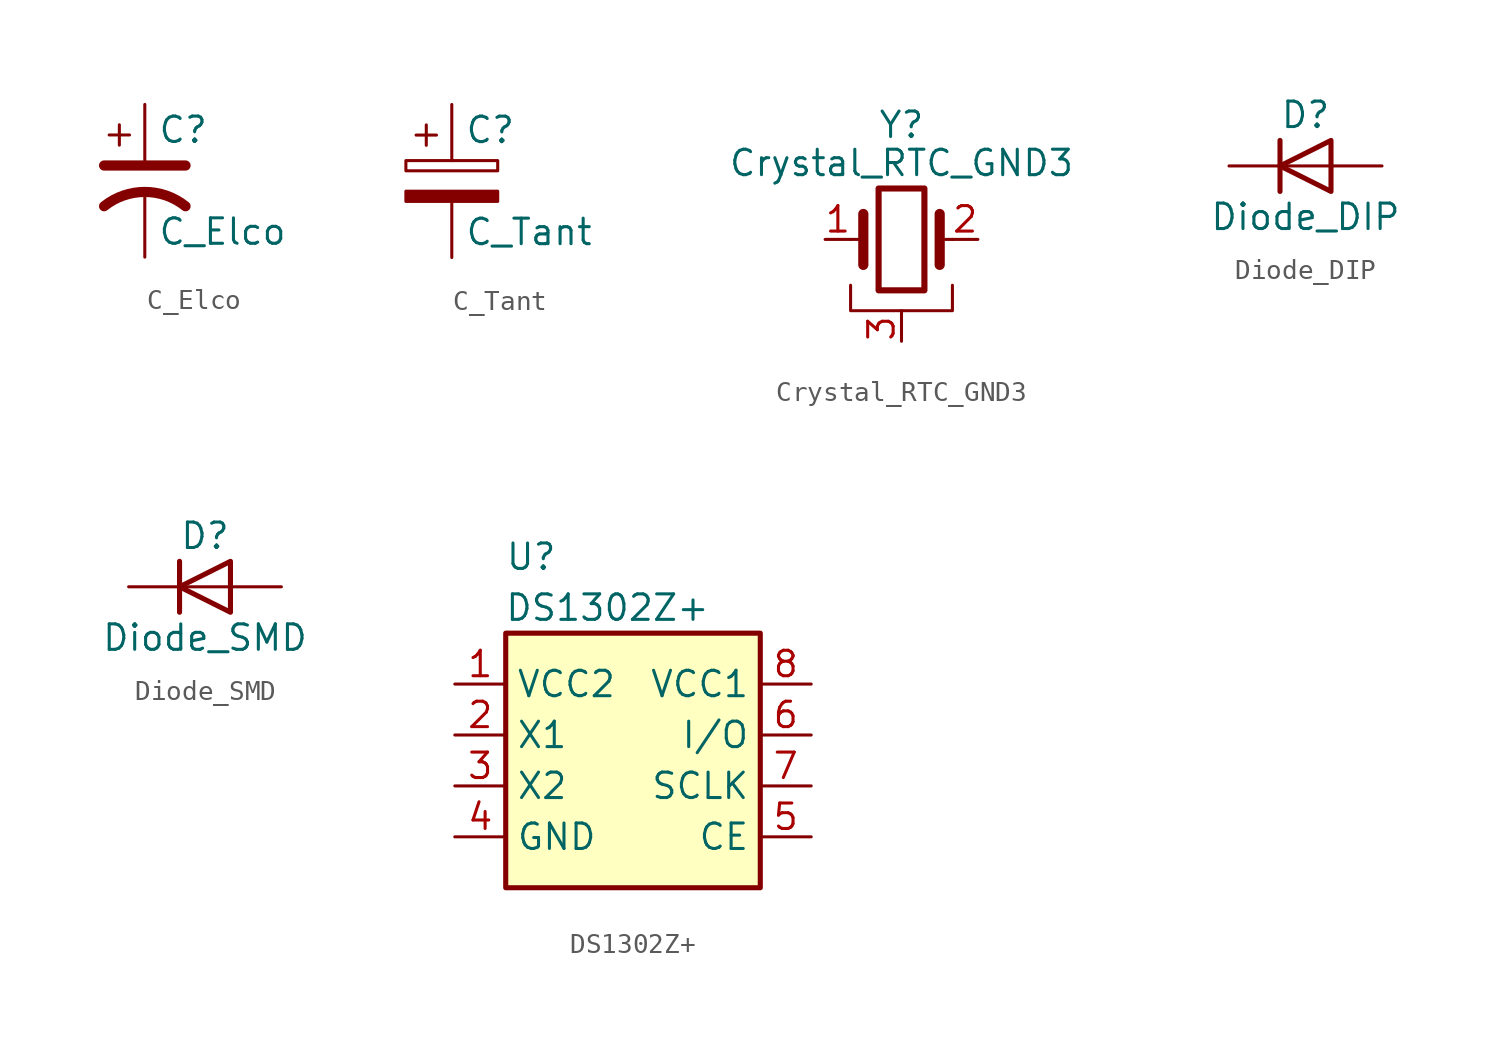
<source format=kicad_sym>
(kicad_symbol_lib
  (version 20211014)
  (generator kicad_symbol_editor)
  (symbol "C_Elco"
    (pin_numbers hide)
    (pin_names
      (offset 0.254) hide)
    (property "Reference" "C"
      (at 0.635 2.54 0)
      (effects (font (size 1.27 1.27)) (justify left)))
    (property "Value" "C_Elco"
      (at 0.635 -2.54 0)
      (effects (font (size 1.27 1.27)) (justify left)))
    (symbol "C_Elco_0_1"
      (polyline (pts (xy -2.032 0.762) (xy 2.032 0.762)) (stroke (width 0.508) (type default) (color 0 0 0 0)) (fill (type none)))
      (polyline (pts (xy -1.778 2.286) (xy -0.762 2.286)) (stroke (width 0) (type default) (color 0 0 0 0)) (fill (type none)))
      (polyline (pts (xy -1.27 1.778) (xy -1.27 2.794)) (stroke (width 0) (type default) (color 0 0 0 0)) (fill (type none)))
      (arc (start 2.032 -1.27) (mid 0 -0.5572) (end -2.032 -1.27) (stroke (width 0.508) (type default) (color 0 0 0 0)) (fill (type none))))
    (symbol "C_Elco_1_1"
      (pin passive line (at 0 3.81 270) (length 2.794) (name "~" (effects (font (size 1.27 1.27)))) (number "1" (effects (font (size 1.27 1.27)))))
      (pin passive line (at 0 -3.81 90) (length 3.302) (name "~" (effects (font (size 1.27 1.27)))) (number "2" (effects (font (size 1.27 1.27)))))))
  (symbol "C_Tant"
    (pin_numbers hide)
    (pin_names
      (offset 0.254))
    (property "Reference" "C"
      (at 0.635 2.54 0)
      (effects (font (size 1.27 1.27)) (justify left)))
    (property "Value" "C_Tant"
      (at 0.635 -2.54 0)
      (effects (font (size 1.27 1.27)) (justify left)))
    (symbol "C_Tant_0_1"
      (rectangle (start -2.286 0.508) (end 2.286 1.016) (stroke (width 0) (type default) (color 0 0 0 0)) (fill (type none)))
      (polyline (pts (xy -1.778 2.286) (xy -0.762 2.286)) (stroke (width 0) (type default) (color 0 0 0 0)) (fill (type none)))
      (polyline (pts (xy -1.27 2.794) (xy -1.27 1.778)) (stroke (width 0) (type default) (color 0 0 0 0)) (fill (type none)))
      (rectangle (start 2.286 -0.508) (end -2.286 -1.016) (stroke (width 0) (type default) (color 0 0 0 0)) (fill (type outline))))
    (symbol "C_Tant_1_1"
      (pin passive line (at 0 3.81 270) (length 2.794) (name "~" (effects (font (size 1.27 1.27)))) (number "1" (effects (font (size 1.27 1.27)))))
      (pin passive line (at 0 -3.81 90) (length 2.794) (name "~" (effects (font (size 1.27 1.27)))) (number "2" (effects (font (size 1.27 1.27)))))))
  (symbol "Crystal_RTC_GND3"
    (pin_names
      (offset 1.016) hide)
    (property "Reference" "Y"
      (at 0 5.715 0)
      (effects (font (size 1.27 1.27))))
    (property "Value" "Crystal_RTC_GND3"
      (at 0 3.81 0)
      (effects (font (size 1.27 1.27))))
    (symbol "Crystal_RTC_GND3_0_1"
      (rectangle (start -1.143 2.54) (end 1.143 -2.54) (stroke (width 0.305) (type default) (color 0 0 0 0)) (fill (type none)))
      (polyline (pts (xy -2.54 0) (xy -1.905 0)) (stroke (width 0) (type default) (color 0 0 0 0)) (fill (type none)))
      (polyline (pts (xy -1.905 -1.27) (xy -1.905 1.27)) (stroke (width 0.508) (type default) (color 0 0 0 0)) (fill (type none)))
      (polyline (pts (xy 0 -3.81) (xy 0 -3.556)) (stroke (width 0) (type default) (color 0 0 0 0)) (fill (type none)))
      (polyline (pts (xy 1.905 0) (xy 2.54 0)) (stroke (width 0) (type default) (color 0 0 0 0)) (fill (type none)))
      (polyline (pts (xy 1.905 1.27) (xy 1.905 -1.27)) (stroke (width 0.508) (type default) (color 0 0 0 0)) (fill (type none)))
      (polyline (pts (xy -2.54 -2.286) (xy -2.54 -3.556) (xy 2.54 -3.556) (xy 2.54 -2.286)) (stroke (width 0) (type default) (color 0 0 0 0)) (fill (type none))))
    (symbol "Crystal_RTC_GND3_1_1"
      (pin passive line (at -3.81 0 0) (length 1.27) (name "1" (effects (font (size 1.27 1.27)))) (number "1" (effects (font (size 1.27 1.27)))))
      (pin passive line (at 3.81 0 180) (length 1.27) (name "2" (effects (font (size 1.27 1.27)))) (number "2" (effects (font (size 1.27 1.27)))))
      (pin passive line (at 0 -5.08 90) (length 1.27) (name "3" (effects (font (size 1.27 1.27)))) (number "3" (effects (font (size 1.27 1.27)))))))
  (symbol "Diode_DIP"
    (pin_numbers hide)
    (pin_names
      (offset 1.016) hide)
    (property "Reference" "D"
      (at 0 2.54 0)
      (effects (font (size 1.27 1.27))))
    (property "Value" "Diode_DIP"
      (at 0 -2.54 0)
      (effects (font (size 1.27 1.27))))
    (symbol "Diode_DIP_0_1"
      (polyline (pts (xy -1.27 1.27) (xy -1.27 -1.27)) (stroke (width 0.254) (type default) (color 0 0 0 0)) (fill (type none)))
      (polyline (pts (xy 1.27 0) (xy -1.27 0)) (stroke (width 0) (type default) (color 0 0 0 0)) (fill (type none)))
      (polyline (pts (xy 1.27 1.27) (xy 1.27 -1.27) (xy -1.27 0) (xy 1.27 1.27)) (stroke (width 0.254) (type default) (color 0 0 0 0)) (fill (type none))))
    (symbol "Diode_DIP_1_1"
      (pin passive line (at -3.81 0 0) (length 2.54) (name "K" (effects (font (size 1.27 1.27)))) (number "1" (effects (font (size 1.27 1.27)))))
      (pin passive line (at 3.81 0 180) (length 2.54) (name "A" (effects (font (size 1.27 1.27)))) (number "2" (effects (font (size 1.27 1.27)))))))
  (symbol "Diode_SMD"
    (pin_numbers hide)
    (pin_names
      (offset 1.016) hide)
    (property "Reference" "D"
      (at 0 2.54 0)
      (effects (font (size 1.27 1.27))))
    (property "Value" "Diode_SMD"
      (at 0 -2.54 0)
      (effects (font (size 1.27 1.27))))
    (symbol "Diode_SMD_0_1"
      (polyline (pts (xy -1.27 1.27) (xy -1.27 -1.27)) (stroke (width 0.254) (type default) (color 0 0 0 0)) (fill (type none)))
      (polyline (pts (xy 1.27 0) (xy -1.27 0)) (stroke (width 0) (type default) (color 0 0 0 0)) (fill (type none)))
      (polyline (pts (xy 1.27 1.27) (xy 1.27 -1.27) (xy -1.27 0) (xy 1.27 1.27)) (stroke (width 0.254) (type default) (color 0 0 0 0)) (fill (type none))))
    (symbol "Diode_SMD_1_1"
      (pin passive line (at -3.81 0 0) (length 2.54) (name "K" (effects (font (size 1.27 1.27)))) (number "1" (effects (font (size 1.27 1.27)))))
      (pin passive line (at 3.81 0 180) (length 2.54) (name "A" (effects (font (size 1.27 1.27)))) (number "2" (effects (font (size 1.27 1.27)))))))
  (symbol "DS1302Z+"
    (property "Reference" "U"
      (at -5.08 10.16 0)
      (effects (font (size 1.27 1.27))))
    (property "Value" "DS1302Z+"
      (at -1.27 7.62 0)
      (effects (font (size 1.27 1.27))))
    (symbol "DS1302Z+_1_1"
      (rectangle (start -6.35 6.35) (end 6.35 -6.35) (stroke (width 0.254) (type default) (color 0 0 0 0)) (fill (type background)))
      (pin power_in line (at -8.89 3.81 0) (length 2.54) (name "VCC2" (effects (font (size 1.27 1.27)))) (number "1" (effects (font (size 1.27 1.27)))))
      (pin input line (at -8.89 1.27 0) (length 2.54) (name "X1" (effects (font (size 1.27 1.27)))) (number "2" (effects (font (size 1.27 1.27)))))
      (pin input line (at -8.89 -1.27 0) (length 2.54) (name "X2" (effects (font (size 1.27 1.27)))) (number "3" (effects (font (size 1.27 1.27)))))
      (pin power_in line (at -8.89 -3.81 0) (length 2.54) (name "GND" (effects (font (size 1.27 1.27)))) (number "4" (effects (font (size 1.27 1.27)))))
      (pin input line (at 8.89 -3.81 180) (length 2.54) (name "CE" (effects (font (size 1.27 1.27)))) (number "5" (effects (font (size 1.27 1.27)))))
      (pin bidirectional line (at 8.89 1.27 180) (length 2.54) (name "I/O" (effects (font (size 1.27 1.27)))) (number "6" (effects (font (size 1.27 1.27)))))
      (pin input line (at 8.89 -1.27 180) (length 2.54) (name "SCLK" (effects (font (size 1.27 1.27)))) (number "7" (effects (font (size 1.27 1.27)))))
      (pin power_in line (at 8.89 3.81 180) (length 2.54) (name "VCC1" (effects (font (size 1.27 1.27)))) (number "8" (effects (font (size 1.27 1.27))))))))
</source>
